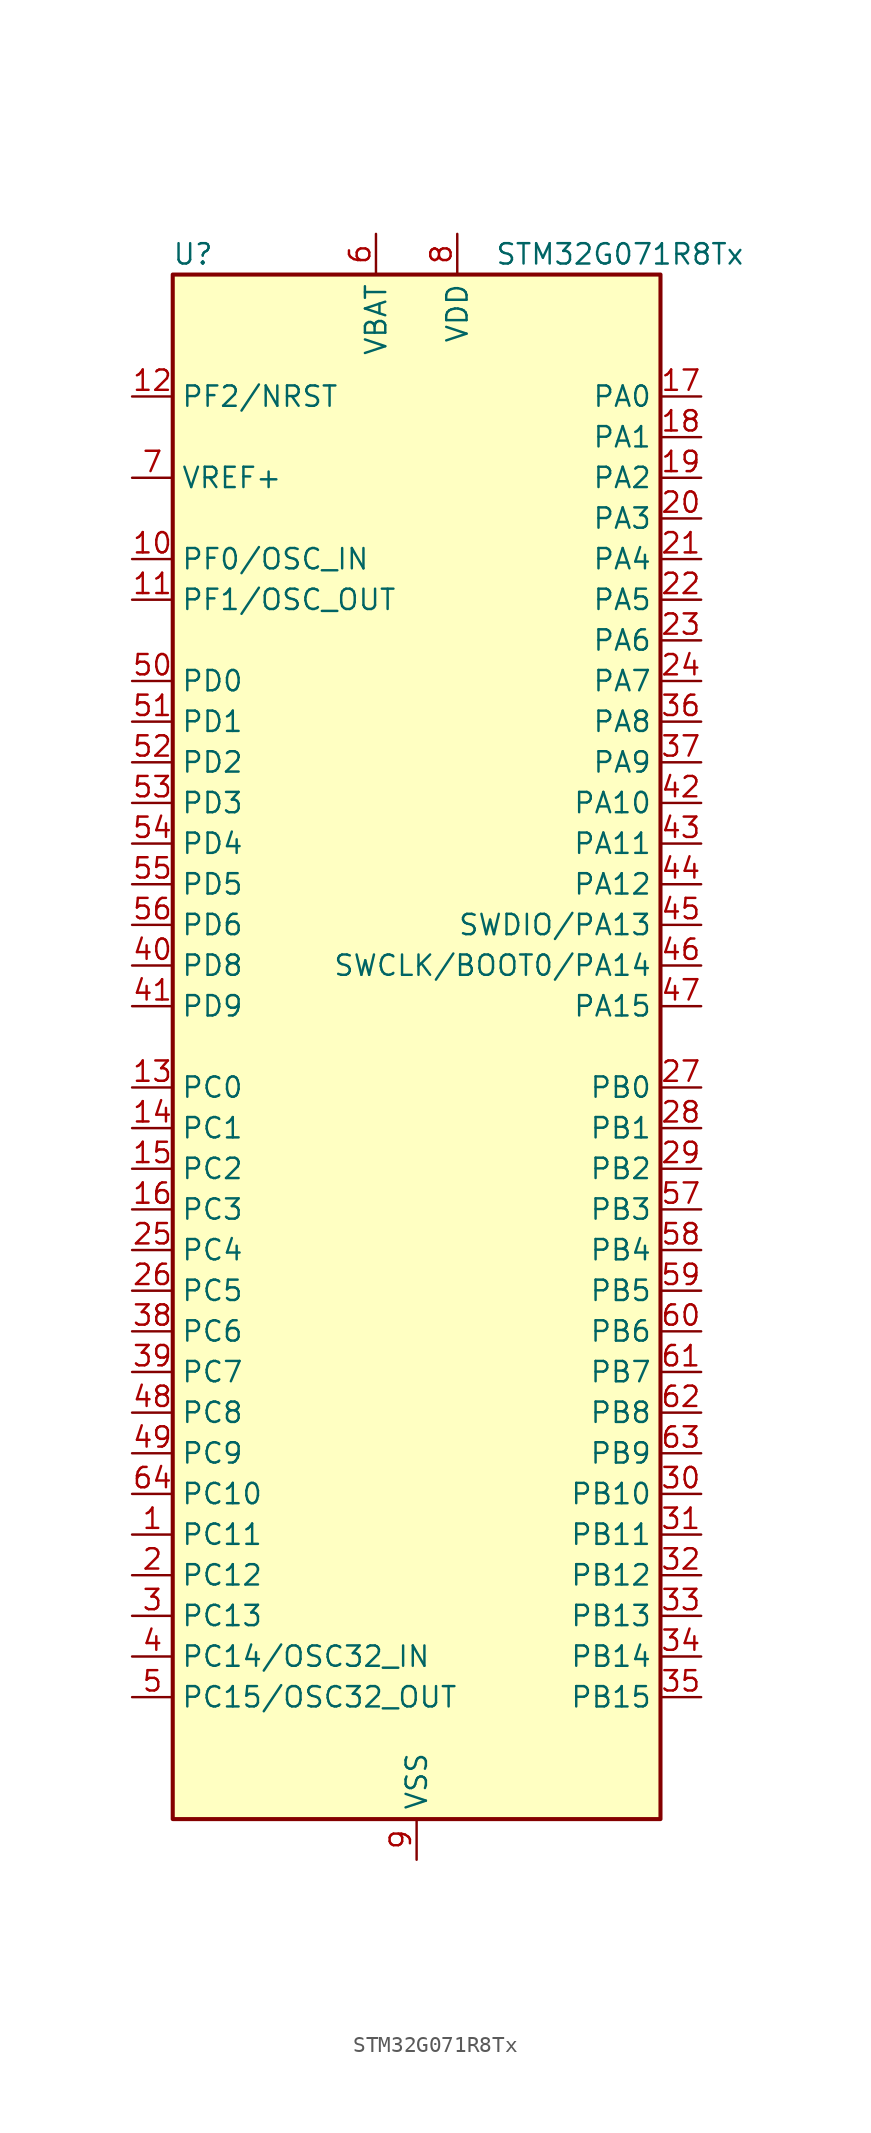
<source format=kicad_sym>
(kicad_symbol_lib
  (version 20211014)
  (generator kicad_symbol_editor)
  (symbol "STM32G071R8Tx"
    (property "Reference" "U"
      (at -13.97 49.53 0)
      (effects (font (size 1.27 1.27))))
    (property "Value" "STM32G071R8Tx"
      (at 12.7 49.53 0)
      (effects (font (size 1.27 1.27))))
    (symbol "STM32G071R8Tx_0_1"
      (rectangle (start -15.24 48.26) (end 15.24 -48.26) (stroke (width 0.254) (type default) (color 0 0 0 0)) (fill (type background))))
    (symbol "STM32G071R8Tx_1_1"
      (pin bidirectional line (at -17.78 -30.48 0) (length 2.54) (name "PC11" (effects (font (size 1.27 1.27)))) (number "1" (effects (font (size 1.27 1.27)))))
      (pin bidirectional line (at -17.78 30.48 0) (length 2.54) (name "PF0/OSC_IN" (effects (font (size 1.27 1.27)))) (number "10" (effects (font (size 1.27 1.27)))))
      (pin bidirectional line (at -17.78 27.94 0) (length 2.54) (name "PF1/OSC_OUT" (effects (font (size 1.27 1.27)))) (number "11" (effects (font (size 1.27 1.27)))))
      (pin bidirectional line (at -17.78 40.64 0) (length 2.54) (name "PF2/NRST" (effects (font (size 1.27 1.27)))) (number "12" (effects (font (size 1.27 1.27)))))
      (pin bidirectional line (at -17.78 -2.54 0) (length 2.54) (name "PC0" (effects (font (size 1.27 1.27)))) (number "13" (effects (font (size 1.27 1.27)))))
      (pin bidirectional line (at -17.78 -5.08 0) (length 2.54) (name "PC1" (effects (font (size 1.27 1.27)))) (number "14" (effects (font (size 1.27 1.27)))))
      (pin bidirectional line (at -17.78 -7.62 0) (length 2.54) (name "PC2" (effects (font (size 1.27 1.27)))) (number "15" (effects (font (size 1.27 1.27)))))
      (pin bidirectional line (at -17.78 -10.16 0) (length 2.54) (name "PC3" (effects (font (size 1.27 1.27)))) (number "16" (effects (font (size 1.27 1.27)))))
      (pin bidirectional line (at 17.78 40.64 180) (length 2.54) (name "PA0" (effects (font (size 1.27 1.27)))) (number "17" (effects (font (size 1.27 1.27)))))
      (pin bidirectional line (at 17.78 38.1 180) (length 2.54) (name "PA1" (effects (font (size 1.27 1.27)))) (number "18" (effects (font (size 1.27 1.27)))))
      (pin bidirectional line (at 17.78 35.56 180) (length 2.54) (name "PA2" (effects (font (size 1.27 1.27)))) (number "19" (effects (font (size 1.27 1.27)))))
      (pin bidirectional line (at -17.78 -33.02 0) (length 2.54) (name "PC12" (effects (font (size 1.27 1.27)))) (number "2" (effects (font (size 1.27 1.27)))))
      (pin bidirectional line (at 17.78 33.02 180) (length 2.54) (name "PA3" (effects (font (size 1.27 1.27)))) (number "20" (effects (font (size 1.27 1.27)))))
      (pin bidirectional line (at 17.78 30.48 180) (length 2.54) (name "PA4" (effects (font (size 1.27 1.27)))) (number "21" (effects (font (size 1.27 1.27)))))
      (pin bidirectional line (at 17.78 27.94 180) (length 2.54) (name "PA5" (effects (font (size 1.27 1.27)))) (number "22" (effects (font (size 1.27 1.27)))))
      (pin bidirectional line (at 17.78 25.4 180) (length 2.54) (name "PA6" (effects (font (size 1.27 1.27)))) (number "23" (effects (font (size 1.27 1.27)))))
      (pin bidirectional line (at 17.78 22.86 180) (length 2.54) (name "PA7" (effects (font (size 1.27 1.27)))) (number "24" (effects (font (size 1.27 1.27)))))
      (pin bidirectional line (at -17.78 -12.7 0) (length 2.54) (name "PC4" (effects (font (size 1.27 1.27)))) (number "25" (effects (font (size 1.27 1.27)))))
      (pin bidirectional line (at -17.78 -15.24 0) (length 2.54) (name "PC5" (effects (font (size 1.27 1.27)))) (number "26" (effects (font (size 1.27 1.27)))))
      (pin bidirectional line (at 17.78 -2.54 180) (length 2.54) (name "PB0" (effects (font (size 1.27 1.27)))) (number "27" (effects (font (size 1.27 1.27)))))
      (pin bidirectional line (at 17.78 -5.08 180) (length 2.54) (name "PB1" (effects (font (size 1.27 1.27)))) (number "28" (effects (font (size 1.27 1.27)))))
      (pin bidirectional line (at 17.78 -7.62 180) (length 2.54) (name "PB2" (effects (font (size 1.27 1.27)))) (number "29" (effects (font (size 1.27 1.27)))))
      (pin bidirectional line (at -17.78 -35.56 0) (length 2.54) (name "PC13" (effects (font (size 1.27 1.27)))) (number "3" (effects (font (size 1.27 1.27)))))
      (pin bidirectional line (at 17.78 -27.94 180) (length 2.54) (name "PB10" (effects (font (size 1.27 1.27)))) (number "30" (effects (font (size 1.27 1.27)))))
      (pin bidirectional line (at 17.78 -30.48 180) (length 2.54) (name "PB11" (effects (font (size 1.27 1.27)))) (number "31" (effects (font (size 1.27 1.27)))))
      (pin bidirectional line (at 17.78 -33.02 180) (length 2.54) (name "PB12" (effects (font (size 1.27 1.27)))) (number "32" (effects (font (size 1.27 1.27)))))
      (pin bidirectional line (at 17.78 -35.56 180) (length 2.54) (name "PB13" (effects (font (size 1.27 1.27)))) (number "33" (effects (font (size 1.27 1.27)))))
      (pin bidirectional line (at 17.78 -38.1 180) (length 2.54) (name "PB14" (effects (font (size 1.27 1.27)))) (number "34" (effects (font (size 1.27 1.27)))))
      (pin bidirectional line (at 17.78 -40.64 180) (length 2.54) (name "PB15" (effects (font (size 1.27 1.27)))) (number "35" (effects (font (size 1.27 1.27)))))
      (pin bidirectional line (at 17.78 20.32 180) (length 2.54) (name "PA8" (effects (font (size 1.27 1.27)))) (number "36" (effects (font (size 1.27 1.27)))))
      (pin bidirectional line (at 17.78 17.78 180) (length 2.54) (name "PA9" (effects (font (size 1.27 1.27)))) (number "37" (effects (font (size 1.27 1.27)))))
      (pin bidirectional line (at -17.78 -17.78 0) (length 2.54) (name "PC6" (effects (font (size 1.27 1.27)))) (number "38" (effects (font (size 1.27 1.27)))))
      (pin bidirectional line (at -17.78 -20.32 0) (length 2.54) (name "PC7" (effects (font (size 1.27 1.27)))) (number "39" (effects (font (size 1.27 1.27)))))
      (pin bidirectional line (at -17.78 -38.1 0) (length 2.54) (name "PC14/OSC32_IN" (effects (font (size 1.27 1.27)))) (number "4" (effects (font (size 1.27 1.27)))))
      (pin bidirectional line (at -17.78 5.08 0) (length 2.54) (name "PD8" (effects (font (size 1.27 1.27)))) (number "40" (effects (font (size 1.27 1.27)))))
      (pin bidirectional line (at -17.78 2.54 0) (length 2.54) (name "PD9" (effects (font (size 1.27 1.27)))) (number "41" (effects (font (size 1.27 1.27)))))
      (pin bidirectional line (at 17.78 15.24 180) (length 2.54) (name "PA10" (effects (font (size 1.27 1.27)))) (number "42" (effects (font (size 1.27 1.27)))))
      (pin bidirectional line (at 17.78 12.7 180) (length 2.54) (name "PA11" (effects (font (size 1.27 1.27)))) (number "43" (effects (font (size 1.27 1.27)))))
      (pin bidirectional line (at 17.78 10.16 180) (length 2.54) (name "PA12" (effects (font (size 1.27 1.27)))) (number "44" (effects (font (size 1.27 1.27)))))
      (pin bidirectional line (at 17.78 7.62 180) (length 2.54) (name "SWDIO/PA13" (effects (font (size 1.27 1.27)))) (number "45" (effects (font (size 1.27 1.27)))))
      (pin bidirectional line (at 17.78 5.08 180) (length 2.54) (name "SWCLK/BOOT0/PA14" (effects (font (size 1.27 1.27)))) (number "46" (effects (font (size 1.27 1.27)))))
      (pin bidirectional line (at 17.78 2.54 180) (length 2.54) (name "PA15" (effects (font (size 1.27 1.27)))) (number "47" (effects (font (size 1.27 1.27)))))
      (pin bidirectional line (at -17.78 -22.86 0) (length 2.54) (name "PC8" (effects (font (size 1.27 1.27)))) (number "48" (effects (font (size 1.27 1.27)))))
      (pin bidirectional line (at -17.78 -25.4 0) (length 2.54) (name "PC9" (effects (font (size 1.27 1.27)))) (number "49" (effects (font (size 1.27 1.27)))))
      (pin bidirectional line (at -17.78 -40.64 0) (length 2.54) (name "PC15/OSC32_OUT" (effects (font (size 1.27 1.27)))) (number "5" (effects (font (size 1.27 1.27)))))
      (pin bidirectional line (at -17.78 22.86 0) (length 2.54) (name "PD0" (effects (font (size 1.27 1.27)))) (number "50" (effects (font (size 1.27 1.27)))))
      (pin bidirectional line (at -17.78 20.32 0) (length 2.54) (name "PD1" (effects (font (size 1.27 1.27)))) (number "51" (effects (font (size 1.27 1.27)))))
      (pin bidirectional line (at -17.78 17.78 0) (length 2.54) (name "PD2" (effects (font (size 1.27 1.27)))) (number "52" (effects (font (size 1.27 1.27)))))
      (pin bidirectional line (at -17.78 15.24 0) (length 2.54) (name "PD3" (effects (font (size 1.27 1.27)))) (number "53" (effects (font (size 1.27 1.27)))))
      (pin bidirectional line (at -17.78 12.7 0) (length 2.54) (name "PD4" (effects (font (size 1.27 1.27)))) (number "54" (effects (font (size 1.27 1.27)))))
      (pin bidirectional line (at -17.78 10.16 0) (length 2.54) (name "PD5" (effects (font (size 1.27 1.27)))) (number "55" (effects (font (size 1.27 1.27)))))
      (pin bidirectional line (at -17.78 7.62 0) (length 2.54) (name "PD6" (effects (font (size 1.27 1.27)))) (number "56" (effects (font (size 1.27 1.27)))))
      (pin bidirectional line (at 17.78 -10.16 180) (length 2.54) (name "PB3" (effects (font (size 1.27 1.27)))) (number "57" (effects (font (size 1.27 1.27)))))
      (pin bidirectional line (at 17.78 -12.7 180) (length 2.54) (name "PB4" (effects (font (size 1.27 1.27)))) (number "58" (effects (font (size 1.27 1.27)))))
      (pin bidirectional line (at 17.78 -15.24 180) (length 2.54) (name "PB5" (effects (font (size 1.27 1.27)))) (number "59" (effects (font (size 1.27 1.27)))))
      (pin power_in line (at -2.54 50.8 270) (length 2.54) (name "VBAT" (effects (font (size 1.27 1.27)))) (number "6" (effects (font (size 1.27 1.27)))))
      (pin bidirectional line (at 17.78 -17.78 180) (length 2.54) (name "PB6" (effects (font (size 1.27 1.27)))) (number "60" (effects (font (size 1.27 1.27)))))
      (pin bidirectional line (at 17.78 -20.32 180) (length 2.54) (name "PB7" (effects (font (size 1.27 1.27)))) (number "61" (effects (font (size 1.27 1.27)))))
      (pin bidirectional line (at 17.78 -22.86 180) (length 2.54) (name "PB8" (effects (font (size 1.27 1.27)))) (number "62" (effects (font (size 1.27 1.27)))))
      (pin bidirectional line (at 17.78 -25.4 180) (length 2.54) (name "PB9" (effects (font (size 1.27 1.27)))) (number "63" (effects (font (size 1.27 1.27)))))
      (pin bidirectional line (at -17.78 -27.94 0) (length 2.54) (name "PC10" (effects (font (size 1.27 1.27)))) (number "64" (effects (font (size 1.27 1.27)))))
      (pin power_in line (at -17.78 35.56 0) (length 2.54) (name "VREF+" (effects (font (size 1.27 1.27)))) (number "7" (effects (font (size 1.27 1.27)))))
      (pin power_in line (at 2.54 50.8 270) (length 2.54) (name "VDD" (effects (font (size 1.27 1.27)))) (number "8" (effects (font (size 1.27 1.27)))))
      (pin power_in line (at 0 -50.8 90) (length 2.54) (name "VSS" (effects (font (size 1.27 1.27)))) (number "9" (effects (font (size 1.27 1.27))))))))
</source>
